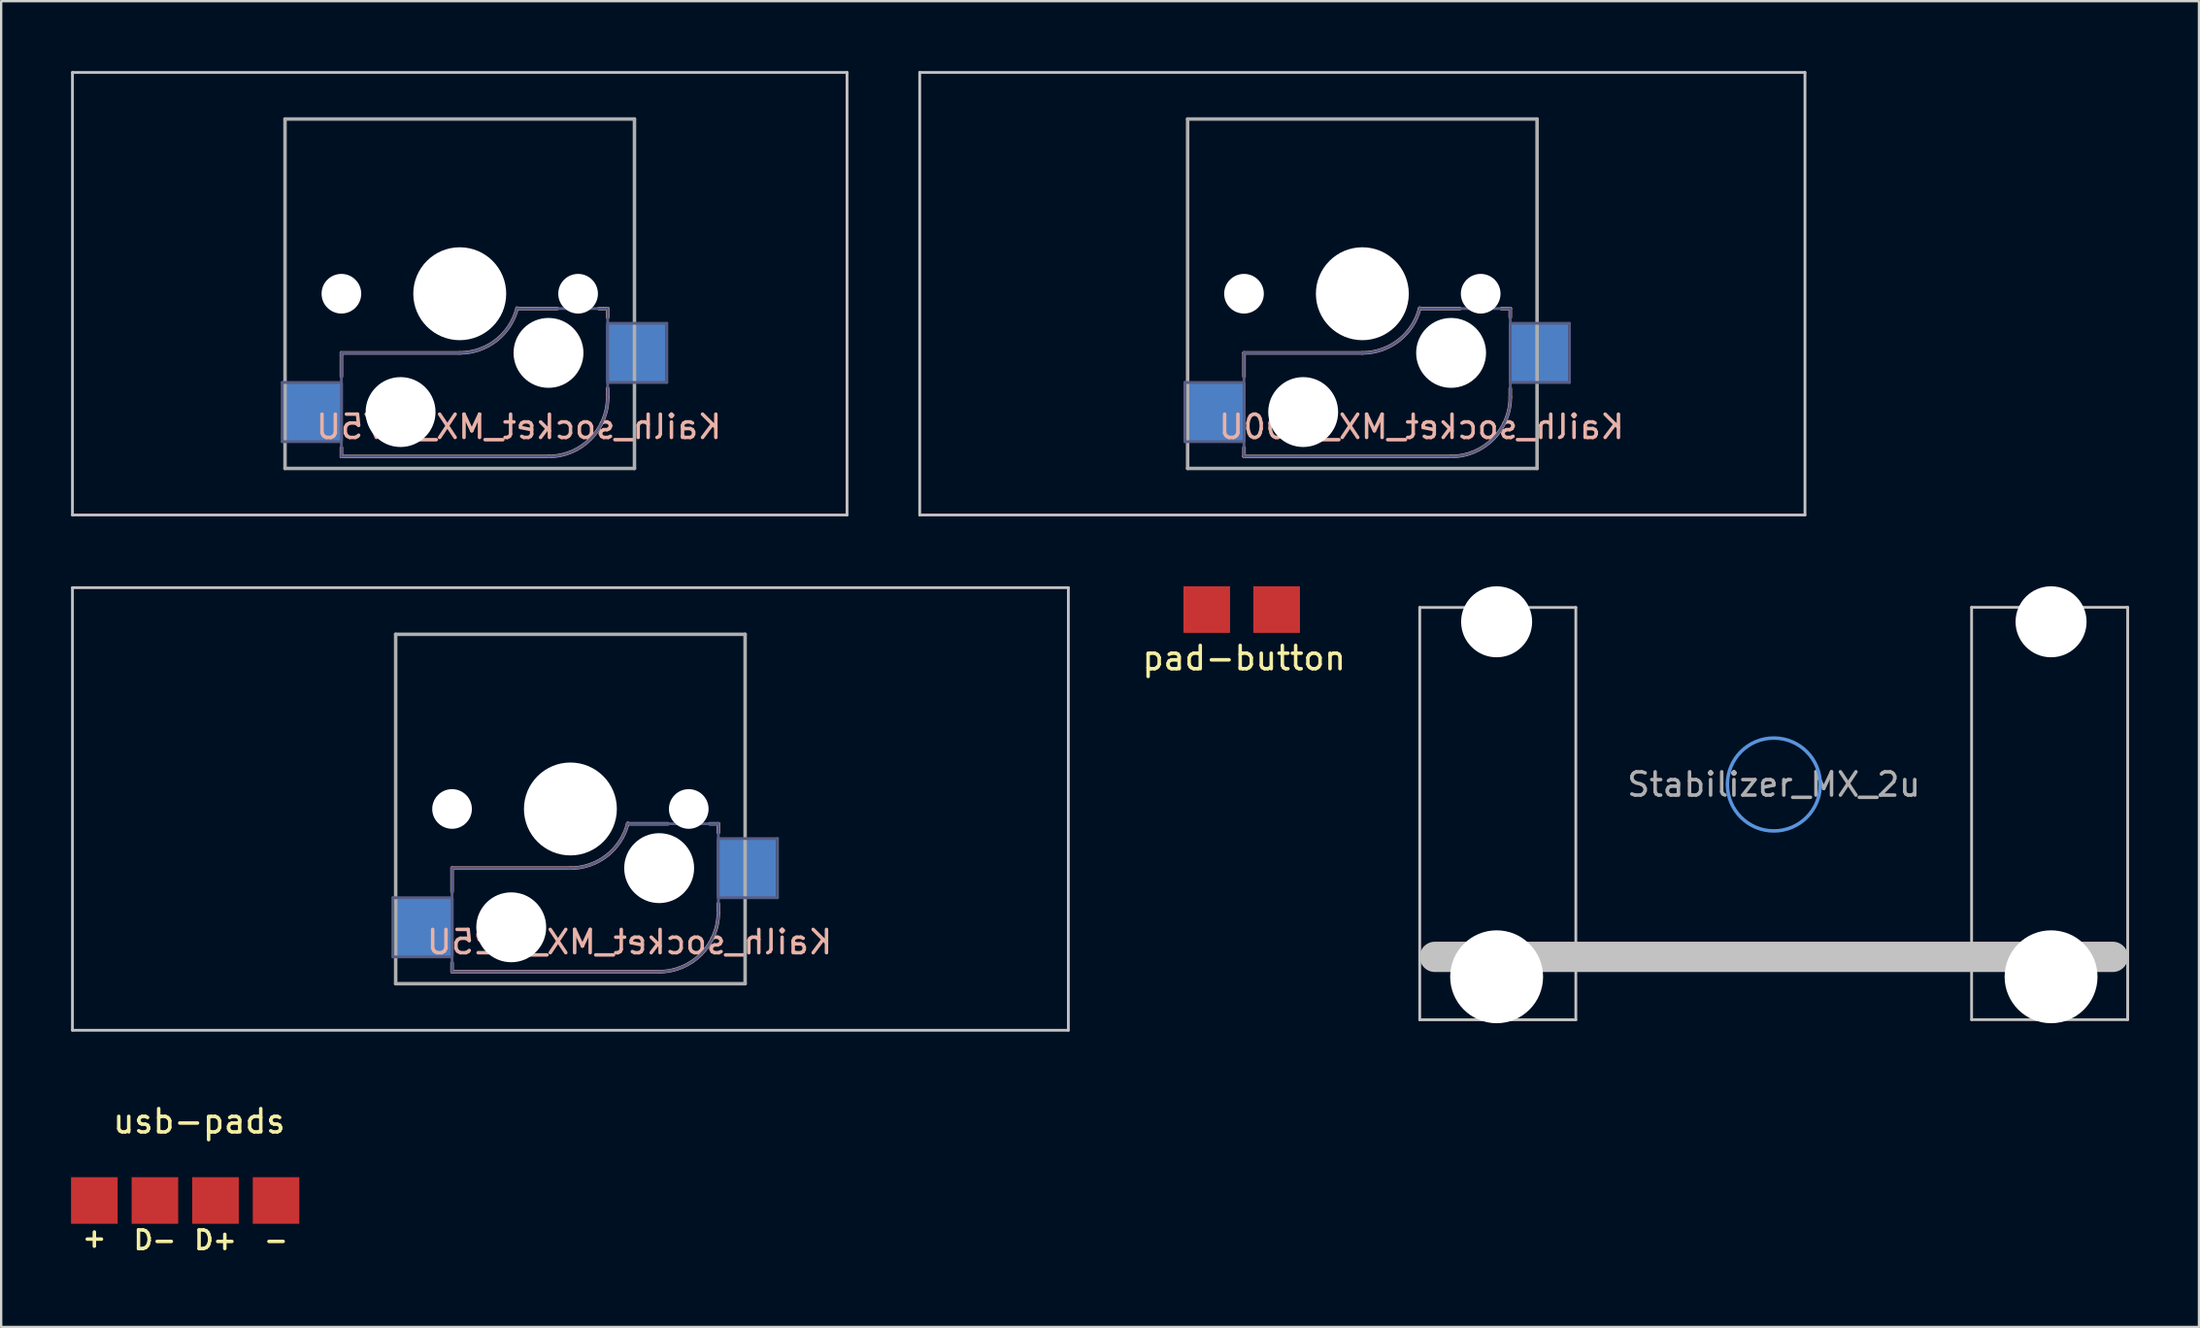
<source format=kicad_pcb>
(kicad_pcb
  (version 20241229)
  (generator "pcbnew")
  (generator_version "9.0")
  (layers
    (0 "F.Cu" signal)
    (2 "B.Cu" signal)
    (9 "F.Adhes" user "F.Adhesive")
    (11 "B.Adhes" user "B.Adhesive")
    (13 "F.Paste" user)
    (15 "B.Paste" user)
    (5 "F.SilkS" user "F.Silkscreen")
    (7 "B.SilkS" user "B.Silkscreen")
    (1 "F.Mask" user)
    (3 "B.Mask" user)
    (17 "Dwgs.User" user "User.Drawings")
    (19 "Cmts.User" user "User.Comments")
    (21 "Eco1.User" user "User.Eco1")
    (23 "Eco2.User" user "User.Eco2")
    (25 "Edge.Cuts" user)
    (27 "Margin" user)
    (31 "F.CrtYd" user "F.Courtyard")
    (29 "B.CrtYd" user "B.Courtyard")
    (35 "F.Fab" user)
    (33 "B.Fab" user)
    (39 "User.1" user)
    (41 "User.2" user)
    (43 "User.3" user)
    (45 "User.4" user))
  (footprint "pad-button"
    (layer "F.Cu")
    (at 50.251 23.12)
    (property "Reference" "pad-button" (at 0.102 2.083 0) (layer "F.SilkS") (effects (font (size 1 1) (thickness 0.15))))
    (attr through_hole)
    (pad "1" smd rect (at -1.5 0) (size 2 2) (layers "F.Cu" "F.Mask" "F.Paste"))
    (pad "2" smd rect (at 1.5 0) (size 2 2) (layers "F.Cu" "F.Mask" "F.Paste")))
  (footprint "usb-pads"
    (layer "F.Cu")
    (at 4.9 48.488)
    (property "Reference" "usb-pads" (at 0.6 -3.4 0) (layer "F.SilkS") (effects (font (size 1 1) (thickness 0.15))))
    (attr through_hole)
    (fp_text user "D+" (at 1.3 1.7 0) (layer "F.SilkS") (effects (font (size 0.8 0.8) (thickness 0.15))))
    (fp_text user "-" (at 3.9 1.7 0) (layer "F.SilkS") (effects (font (size 0.8 0.8) (thickness 0.15))))
    (fp_text user "D-" (at -1.3 1.7 0) (layer "F.SilkS") (effects (font (size 0.8 0.8) (thickness 0.15))))
    (fp_text user "+" (at -3.9 1.6 0) (layer "F.SilkS") (effects (font (size 0.8 0.8) (thickness 0.15))))
    (pad "1" smd rect (at -3.9 0) (size 2 2) (layers "F.Cu" "F.Mask" "F.Paste"))
    (pad "2" smd rect (at -1.3 0) (size 2 2) (layers "F.Cu" "F.Mask" "F.Paste"))
    (pad "3" smd rect (at 1.3 0) (size 2 2) (layers "F.Cu" "F.Mask" "F.Paste"))
    (pad "4" smd rect (at 3.9 0) (size 2 2) (layers "F.Cu" "F.Mask" "F.Paste")))
  (footprint "Kailh_socket_MX_2.00U"
    (layer "F.Cu")
    (at 55.43 9.56)
    (property "Reference" "Kailh_socket_MX_2.00U" (at 2.54 5.715 180) (layer "B.SilkS") (effects (font (size 1 1) (thickness 0.15)) (justify mirror)))
    (attr smd)
    (fp_line (start -5.08 2.54) (end 0 2.54) (stroke (width 0.15) (type solid)) (layer "B.SilkS"))
    (fp_line (start -5.08 3.556) (end -5.08 2.54) (stroke (width 0.15) (type solid)) (layer "B.SilkS"))
    (fp_line (start -5.08 6.985) (end -5.08 6.604) (stroke (width 0.15) (type solid)) (layer "B.SilkS"))
    (fp_line (start 2.464 0.635) (end 4.191 0.635) (stroke (width 0.15) (type solid)) (layer "B.SilkS"))
    (fp_line (start 3.81 6.985) (end -5.08 6.985) (stroke (width 0.15) (type solid)) (layer "B.SilkS"))
    (fp_line (start 5.969 0.635) (end 6.35 0.635) (stroke (width 0.15) (type solid)) (layer "B.SilkS"))
    (fp_line (start 6.35 1.016) (end 6.35 0.635) (stroke (width 0.15) (type solid)) (layer "B.SilkS"))
    (fp_line (start 6.35 4.445) (end 6.35 4.064) (stroke (width 0.15) (type solid)) (layer "B.SilkS"))
    (fp_arc (start 2.464162 0.61604) (mid 1.563147 2.002042) (end 0 2.54) (stroke (width 0.15) (type solid)) (layer "B.SilkS"))
    (fp_arc (start 6.35 4.445) (mid 5.606051 6.241051) (end 3.81 6.985) (stroke (width 0.15) (type solid)) (layer "B.SilkS"))
    (fp_line (start -19 -9.5) (end -19 9.5) (stroke (width 0.12) (type solid)) (layer "Dwgs.User"))
    (fp_line (start -19 -9.5) (end 19 -9.5) (stroke (width 0.12) (type solid)) (layer "Dwgs.User"))
    (fp_line (start -19 9.5) (end 19 9.5) (stroke (width 0.12) (type solid)) (layer "Dwgs.User"))
    (fp_line (start 19 -9.5) (end 19 9.5) (stroke (width 0.12) (type solid)) (layer "Dwgs.User"))
    (fp_line (start -6.9 6.9) (end -6.9 -6.9) (stroke (width 0.15) (type solid)) (layer "Eco2.User"))
    (fp_line (start -6.9 6.9) (end 6.9 6.9) (stroke (width 0.15) (type solid)) (layer "Eco2.User"))
    (fp_line (start 6.9 -6.9) (end -6.9 -6.9) (stroke (width 0.15) (type solid)) (layer "Eco2.User"))
    (fp_line (start 6.9 -6.9) (end 6.9 6.9) (stroke (width 0.15) (type solid)) (layer "Eco2.User"))
    (fp_line (start -7.62 3.81) (end -5.08 3.81) (stroke (width 0.12) (type solid)) (layer "B.Fab"))
    (fp_line (start -7.62 6.35) (end -7.62 3.81) (stroke (width 0.12) (type solid)) (layer "B.Fab"))
    (fp_line (start -5.08 2.54) (end 0 2.54) (stroke (width 0.12) (type solid)) (layer "B.Fab"))
    (fp_line (start -5.08 6.35) (end -7.62 6.35) (stroke (width 0.12) (type solid)) (layer "B.Fab"))
    (fp_line (start -5.08 6.985) (end -5.08 2.54) (stroke (width 0.12) (type solid)) (layer "B.Fab"))
    (fp_line (start 3.81 6.985) (end -5.08 6.985) (stroke (width 0.12) (type solid)) (layer "B.Fab"))
    (fp_line (start 6.35 0.635) (end 2.54 0.635) (stroke (width 0.12) (type solid)) (layer "B.Fab"))
    (fp_line (start 6.35 0.635) (end 6.35 4.445) (stroke (width 0.12) (type solid)) (layer "B.Fab"))
    (fp_line (start 6.35 1.27) (end 8.89 1.27) (stroke (width 0.12) (type solid)) (layer "B.Fab"))
    (fp_line (start 8.89 1.27) (end 8.89 3.81) (stroke (width 0.12) (type solid)) (layer "B.Fab"))
    (fp_line (start 8.89 3.81) (end 6.35 3.81) (stroke (width 0.12) (type solid)) (layer "B.Fab"))
    (fp_arc (start 2.464162 0.61604) (mid 1.563147 2.002042) (end 0 2.54) (stroke (width 0.12) (type solid)) (layer "B.Fab"))
    (fp_arc (start 6.35 4.445) (mid 5.606051 6.241051) (end 3.81 6.985) (stroke (width 0.12) (type solid)) (layer "B.Fab"))
    (fp_line (start -7.5 -7.5) (end 7.5 -7.5) (stroke (width 0.15) (type solid)) (layer "F.Fab"))
    (fp_line (start -7.5 7.5) (end -7.5 -7.5) (stroke (width 0.15) (type solid)) (layer "F.Fab"))
    (fp_line (start 7.5 -7.5) (end 7.5 7.5) (stroke (width 0.15) (type solid)) (layer "F.Fab"))
    (fp_line (start 7.5 7.5) (end -7.5 7.5) (stroke (width 0.15) (type solid)) (layer "F.Fab"))
    (pad "" np_thru_hole circle (at -5.08 0 180) (size 1.702 1.702) (drill 1.702) (layers "*.Cu" "*.Mask"))
    (pad "" np_thru_hole circle (at -2.54 5.08 180) (size 3 3) (drill 3) (layers "*.Cu" "*.Mask"))
    (pad "" np_thru_hole circle (at 0 0 180) (size 3.988 3.988) (drill 3.988) (layers "*.Cu" "*.Mask"))
    (pad "" np_thru_hole circle (at 3.81 2.54 180) (size 3 3) (drill 3) (layers "*.Cu" "*.Mask"))
    (pad "" np_thru_hole circle (at 5.08 0 180) (size 1.702 1.702) (drill 1.702) (layers "*.Cu" "*.Mask"))
    (pad "1" smd rect (at -6.29 5.08 180) (size 2.55 2.5) (layers "B.Cu" "B.Mask" "B.Paste"))
    (pad "2" smd rect (at 7.56 2.54 180) (size 2.55 2.5) (layers "B.Cu" "B.Mask" "B.Paste")))
  (footprint "Kailh_socket_MX_1.75U"
    (layer "F.Cu")
    (at 16.685 9.56)
    (property "Reference" "Kailh_socket_MX_1.75U" (at 2.54 5.715 180) (layer "B.SilkS") (effects (font (size 1 1) (thickness 0.15)) (justify mirror)))
    (attr smd)
    (fp_line (start -5.08 2.54) (end 0 2.54) (stroke (width 0.15) (type solid)) (layer "B.SilkS"))
    (fp_line (start -5.08 3.556) (end -5.08 2.54) (stroke (width 0.15) (type solid)) (layer "B.SilkS"))
    (fp_line (start -5.08 6.985) (end -5.08 6.604) (stroke (width 0.15) (type solid)) (layer "B.SilkS"))
    (fp_line (start 2.464 0.635) (end 4.191 0.635) (stroke (width 0.15) (type solid)) (layer "B.SilkS"))
    (fp_line (start 3.81 6.985) (end -5.08 6.985) (stroke (width 0.15) (type solid)) (layer "B.SilkS"))
    (fp_line (start 5.969 0.635) (end 6.35 0.635) (stroke (width 0.15) (type solid)) (layer "B.SilkS"))
    (fp_line (start 6.35 1.016) (end 6.35 0.635) (stroke (width 0.15) (type solid)) (layer "B.SilkS"))
    (fp_line (start 6.35 4.445) (end 6.35 4.064) (stroke (width 0.15) (type solid)) (layer "B.SilkS"))
    (fp_arc (start 2.464162 0.61604) (mid 1.563147 2.002042) (end 0 2.54) (stroke (width 0.15) (type solid)) (layer "B.SilkS"))
    (fp_arc (start 6.35 4.445) (mid 5.606051 6.241051) (end 3.81 6.985) (stroke (width 0.15) (type solid)) (layer "B.SilkS"))
    (fp_line (start -16.625 -9.5) (end -16.625 9.5) (stroke (width 0.12) (type solid)) (layer "Dwgs.User"))
    (fp_line (start -16.625 -9.5) (end 16.625 -9.5) (stroke (width 0.12) (type solid)) (layer "Dwgs.User"))
    (fp_line (start -16.625 9.5) (end 16.625 9.5) (stroke (width 0.12) (type solid)) (layer "Dwgs.User"))
    (fp_line (start 16.625 -9.5) (end 16.625 9.5) (stroke (width 0.12) (type solid)) (layer "Dwgs.User"))
    (fp_line (start -6.9 6.9) (end -6.9 -6.9) (stroke (width 0.15) (type solid)) (layer "Eco2.User"))
    (fp_line (start -6.9 6.9) (end 6.9 6.9) (stroke (width 0.15) (type solid)) (layer "Eco2.User"))
    (fp_line (start 6.9 -6.9) (end -6.9 -6.9) (stroke (width 0.15) (type solid)) (layer "Eco2.User"))
    (fp_line (start 6.9 -6.9) (end 6.9 6.9) (stroke (width 0.15) (type solid)) (layer "Eco2.User"))
    (fp_line (start -7.62 3.81) (end -5.08 3.81) (stroke (width 0.12) (type solid)) (layer "B.Fab"))
    (fp_line (start -7.62 6.35) (end -7.62 3.81) (stroke (width 0.12) (type solid)) (layer "B.Fab"))
    (fp_line (start -5.08 2.54) (end 0 2.54) (stroke (width 0.12) (type solid)) (layer "B.Fab"))
    (fp_line (start -5.08 6.35) (end -7.62 6.35) (stroke (width 0.12) (type solid)) (layer "B.Fab"))
    (fp_line (start -5.08 6.985) (end -5.08 2.54) (stroke (width 0.12) (type solid)) (layer "B.Fab"))
    (fp_line (start 3.81 6.985) (end -5.08 6.985) (stroke (width 0.12) (type solid)) (layer "B.Fab"))
    (fp_line (start 6.35 0.635) (end 2.54 0.635) (stroke (width 0.12) (type solid)) (layer "B.Fab"))
    (fp_line (start 6.35 0.635) (end 6.35 4.445) (stroke (width 0.12) (type solid)) (layer "B.Fab"))
    (fp_line (start 6.35 1.27) (end 8.89 1.27) (stroke (width 0.12) (type solid)) (layer "B.Fab"))
    (fp_line (start 8.89 1.27) (end 8.89 3.81) (stroke (width 0.12) (type solid)) (layer "B.Fab"))
    (fp_line (start 8.89 3.81) (end 6.35 3.81) (stroke (width 0.12) (type solid)) (layer "B.Fab"))
    (fp_arc (start 2.464162 0.61604) (mid 1.563147 2.002042) (end 0 2.54) (stroke (width 0.12) (type solid)) (layer "B.Fab"))
    (fp_arc (start 6.35 4.445) (mid 5.606051 6.241051) (end 3.81 6.985) (stroke (width 0.12) (type solid)) (layer "B.Fab"))
    (fp_line (start -7.5 -7.5) (end 7.5 -7.5) (stroke (width 0.15) (type solid)) (layer "F.Fab"))
    (fp_line (start -7.5 7.5) (end -7.5 -7.5) (stroke (width 0.15) (type solid)) (layer "F.Fab"))
    (fp_line (start 7.5 -7.5) (end 7.5 7.5) (stroke (width 0.15) (type solid)) (layer "F.Fab"))
    (fp_line (start 7.5 7.5) (end -7.5 7.5) (stroke (width 0.15) (type solid)) (layer "F.Fab"))
    (pad "" np_thru_hole circle (at -5.08 0 180) (size 1.702 1.702) (drill 1.702) (layers "*.Cu" "*.Mask"))
    (pad "" np_thru_hole circle (at -2.54 5.08 180) (size 3 3) (drill 3) (layers "*.Cu" "*.Mask"))
    (pad "" np_thru_hole circle (at 0 0 180) (size 3.988 3.988) (drill 3.988) (layers "*.Cu" "*.Mask"))
    (pad "" np_thru_hole circle (at 3.81 2.54 180) (size 3 3) (drill 3) (layers "*.Cu" "*.Mask"))
    (pad "" np_thru_hole circle (at 5.08 0 180) (size 1.702 1.702) (drill 1.702) (layers "*.Cu" "*.Mask"))
    (pad "1" smd rect (at -6.29 5.08 180) (size 2.55 2.5) (layers "B.Cu" "B.Mask" "B.Paste"))
    (pad "2" smd rect (at 7.56 2.54 180) (size 2.55 2.5) (layers "B.Cu" "B.Mask" "B.Paste")))
  (footprint "Stabilizer_MX_2u"
    (layer "F.Cu")
    (at 73.094 30.629)
    (property "Reference" "Stabilizer_MX_2u" (at 0 0 0) (layer "F.Fab") (effects (font (size 1 1) (thickness 0.15))))
    (attr through_hole)
    (fp_line (start -15.2 -7.6) (end -15.2 10.1) (stroke (width 0.12) (type solid)) (layer "Dwgs.User"))
    (fp_line (start -15.2 -7.6) (end -8.5 -7.6) (stroke (width 0.12) (type solid)) (layer "Dwgs.User"))
    (fp_line (start -15.2 10.1) (end -8.5 10.1) (stroke (width 0.12) (type solid)) (layer "Dwgs.User"))
    (fp_line (start -14.55 7.4) (end 14.55 7.4) (stroke (width 1.3) (type solid)) (layer "Dwgs.User"))
    (fp_line (start -8.5 -7.6) (end -8.5 10.1) (stroke (width 0.12) (type solid)) (layer "Dwgs.User"))
    (fp_line (start 8.489 -7.605) (end 8.489 10.095) (stroke (width 0.12) (type solid)) (layer "Dwgs.User"))
    (fp_line (start 8.489 -7.605) (end 15.189 -7.605) (stroke (width 0.12) (type solid)) (layer "Dwgs.User"))
    (fp_line (start 8.489 10.095) (end 15.189 10.095) (stroke (width 0.12) (type solid)) (layer "Dwgs.User"))
    (fp_line (start 15.189 -7.605) (end 15.189 10.095) (stroke (width 0.12) (type solid)) (layer "Dwgs.User"))
    (fp_circle (center 0 0) (end 1.994 0) (stroke (width 0.15) (type solid)) (fill no) (layer "Cmts.User"))
    (pad "" np_thru_hole circle (at -11.9 -6.985) (size 3.048 3.048) (drill 3.048) (layers "*.Cu" "*.Mask"))
    (pad "" np_thru_hole circle (at -11.9 8.255) (size 3.988 3.988) (drill 3.988) (layers "*.Cu" "*.Mask"))
    (pad "" np_thru_hole circle (at 11.9 -6.985) (size 3.048 3.048) (drill 3.048) (layers "*.Cu" "*.Mask"))
    (pad "" np_thru_hole circle (at 11.9 8.255) (size 3.988 3.988) (drill 3.988) (layers "*.Cu" "*.Mask")))
  (footprint "Kailh_socket_MX_2.25U"
    (layer "F.Cu")
    (at 21.435 31.68)
    (property "Reference" "Kailh_socket_MX_2.25U" (at 2.54 5.715 180) (layer "B.SilkS") (effects (font (size 1 1) (thickness 0.15)) (justify mirror)))
    (attr smd)
    (fp_line (start -5.08 2.54) (end 0 2.54) (stroke (width 0.15) (type solid)) (layer "B.SilkS"))
    (fp_line (start -5.08 3.556) (end -5.08 2.54) (stroke (width 0.15) (type solid)) (layer "B.SilkS"))
    (fp_line (start -5.08 6.985) (end -5.08 6.604) (stroke (width 0.15) (type solid)) (layer "B.SilkS"))
    (fp_line (start 2.464 0.635) (end 4.191 0.635) (stroke (width 0.15) (type solid)) (layer "B.SilkS"))
    (fp_line (start 3.81 6.985) (end -5.08 6.985) (stroke (width 0.15) (type solid)) (layer "B.SilkS"))
    (fp_line (start 5.969 0.635) (end 6.35 0.635) (stroke (width 0.15) (type solid)) (layer "B.SilkS"))
    (fp_line (start 6.35 1.016) (end 6.35 0.635) (stroke (width 0.15) (type solid)) (layer "B.SilkS"))
    (fp_line (start 6.35 4.445) (end 6.35 4.064) (stroke (width 0.15) (type solid)) (layer "B.SilkS"))
    (fp_arc (start 2.464162 0.61604) (mid 1.563147 2.002042) (end 0 2.54) (stroke (width 0.15) (type solid)) (layer "B.SilkS"))
    (fp_arc (start 6.35 4.445) (mid 5.606051 6.241051) (end 3.81 6.985) (stroke (width 0.15) (type solid)) (layer "B.SilkS"))
    (fp_line (start -21.375 -9.5) (end -21.375 9.5) (stroke (width 0.12) (type solid)) (layer "Dwgs.User"))
    (fp_line (start -21.375 -9.5) (end 21.375 -9.5) (stroke (width 0.12) (type solid)) (layer "Dwgs.User"))
    (fp_line (start -21.375 9.5) (end 21.375 9.5) (stroke (width 0.12) (type solid)) (layer "Dwgs.User"))
    (fp_line (start 21.375 -9.5) (end 21.375 9.5) (stroke (width 0.12) (type solid)) (layer "Dwgs.User"))
    (fp_line (start -6.9 6.9) (end -6.9 -6.9) (stroke (width 0.15) (type solid)) (layer "Eco2.User"))
    (fp_line (start -6.9 6.9) (end 6.9 6.9) (stroke (width 0.15) (type solid)) (layer "Eco2.User"))
    (fp_line (start 6.9 -6.9) (end -6.9 -6.9) (stroke (width 0.15) (type solid)) (layer "Eco2.User"))
    (fp_line (start 6.9 -6.9) (end 6.9 6.9) (stroke (width 0.15) (type solid)) (layer "Eco2.User"))
    (fp_line (start -7.62 3.81) (end -5.08 3.81) (stroke (width 0.12) (type solid)) (layer "B.Fab"))
    (fp_line (start -7.62 6.35) (end -7.62 3.81) (stroke (width 0.12) (type solid)) (layer "B.Fab"))
    (fp_line (start -5.08 2.54) (end 0 2.54) (stroke (width 0.12) (type solid)) (layer "B.Fab"))
    (fp_line (start -5.08 6.35) (end -7.62 6.35) (stroke (width 0.12) (type solid)) (layer "B.Fab"))
    (fp_line (start -5.08 6.985) (end -5.08 2.54) (stroke (width 0.12) (type solid)) (layer "B.Fab"))
    (fp_line (start 3.81 6.985) (end -5.08 6.985) (stroke (width 0.12) (type solid)) (layer "B.Fab"))
    (fp_line (start 6.35 0.635) (end 2.54 0.635) (stroke (width 0.12) (type solid)) (layer "B.Fab"))
    (fp_line (start 6.35 0.635) (end 6.35 4.445) (stroke (width 0.12) (type solid)) (layer "B.Fab"))
    (fp_line (start 6.35 1.27) (end 8.89 1.27) (stroke (width 0.12) (type solid)) (layer "B.Fab"))
    (fp_line (start 8.89 1.27) (end 8.89 3.81) (stroke (width 0.12) (type solid)) (layer "B.Fab"))
    (fp_line (start 8.89 3.81) (end 6.35 3.81) (stroke (width 0.12) (type solid)) (layer "B.Fab"))
    (fp_arc (start 2.464162 0.61604) (mid 1.563147 2.002042) (end 0 2.54) (stroke (width 0.12) (type solid)) (layer "B.Fab"))
    (fp_arc (start 6.35 4.445) (mid 5.606051 6.241051) (end 3.81 6.985) (stroke (width 0.12) (type solid)) (layer "B.Fab"))
    (fp_line (start -7.5 -7.5) (end 7.5 -7.5) (stroke (width 0.15) (type solid)) (layer "F.Fab"))
    (fp_line (start -7.5 7.5) (end -7.5 -7.5) (stroke (width 0.15) (type solid)) (layer "F.Fab"))
    (fp_line (start 7.5 -7.5) (end 7.5 7.5) (stroke (width 0.15) (type solid)) (layer "F.Fab"))
    (fp_line (start 7.5 7.5) (end -7.5 7.5) (stroke (width 0.15) (type solid)) (layer "F.Fab"))
    (pad "" np_thru_hole circle (at -5.08 0 180) (size 1.702 1.702) (drill 1.702) (layers "*.Cu" "*.Mask"))
    (pad "" np_thru_hole circle (at -2.54 5.08 180) (size 3 3) (drill 3) (layers "*.Cu" "*.Mask"))
    (pad "" np_thru_hole circle (at 0 0 180) (size 3.988 3.988) (drill 3.988) (layers "*.Cu" "*.Mask"))
    (pad "" np_thru_hole circle (at 3.81 2.54 180) (size 3 3) (drill 3) (layers "*.Cu" "*.Mask"))
    (pad "" np_thru_hole circle (at 5.08 0 180) (size 1.702 1.702) (drill 1.702) (layers "*.Cu" "*.Mask"))
    (pad "1" smd rect (at -6.29 5.08 180) (size 2.55 2.5) (layers "B.Cu" "B.Mask" "B.Paste"))
    (pad "2" smd rect (at 7.56 2.54 180) (size 2.55 2.5) (layers "B.Cu" "B.Mask" "B.Paste")))
  (gr_rect
    (start -3 -3)
    (end 91.343 53.919)
    (stroke (width 0.1) (type default))
    (fill no)
    (layer "Edge.Cuts")))
</source>
